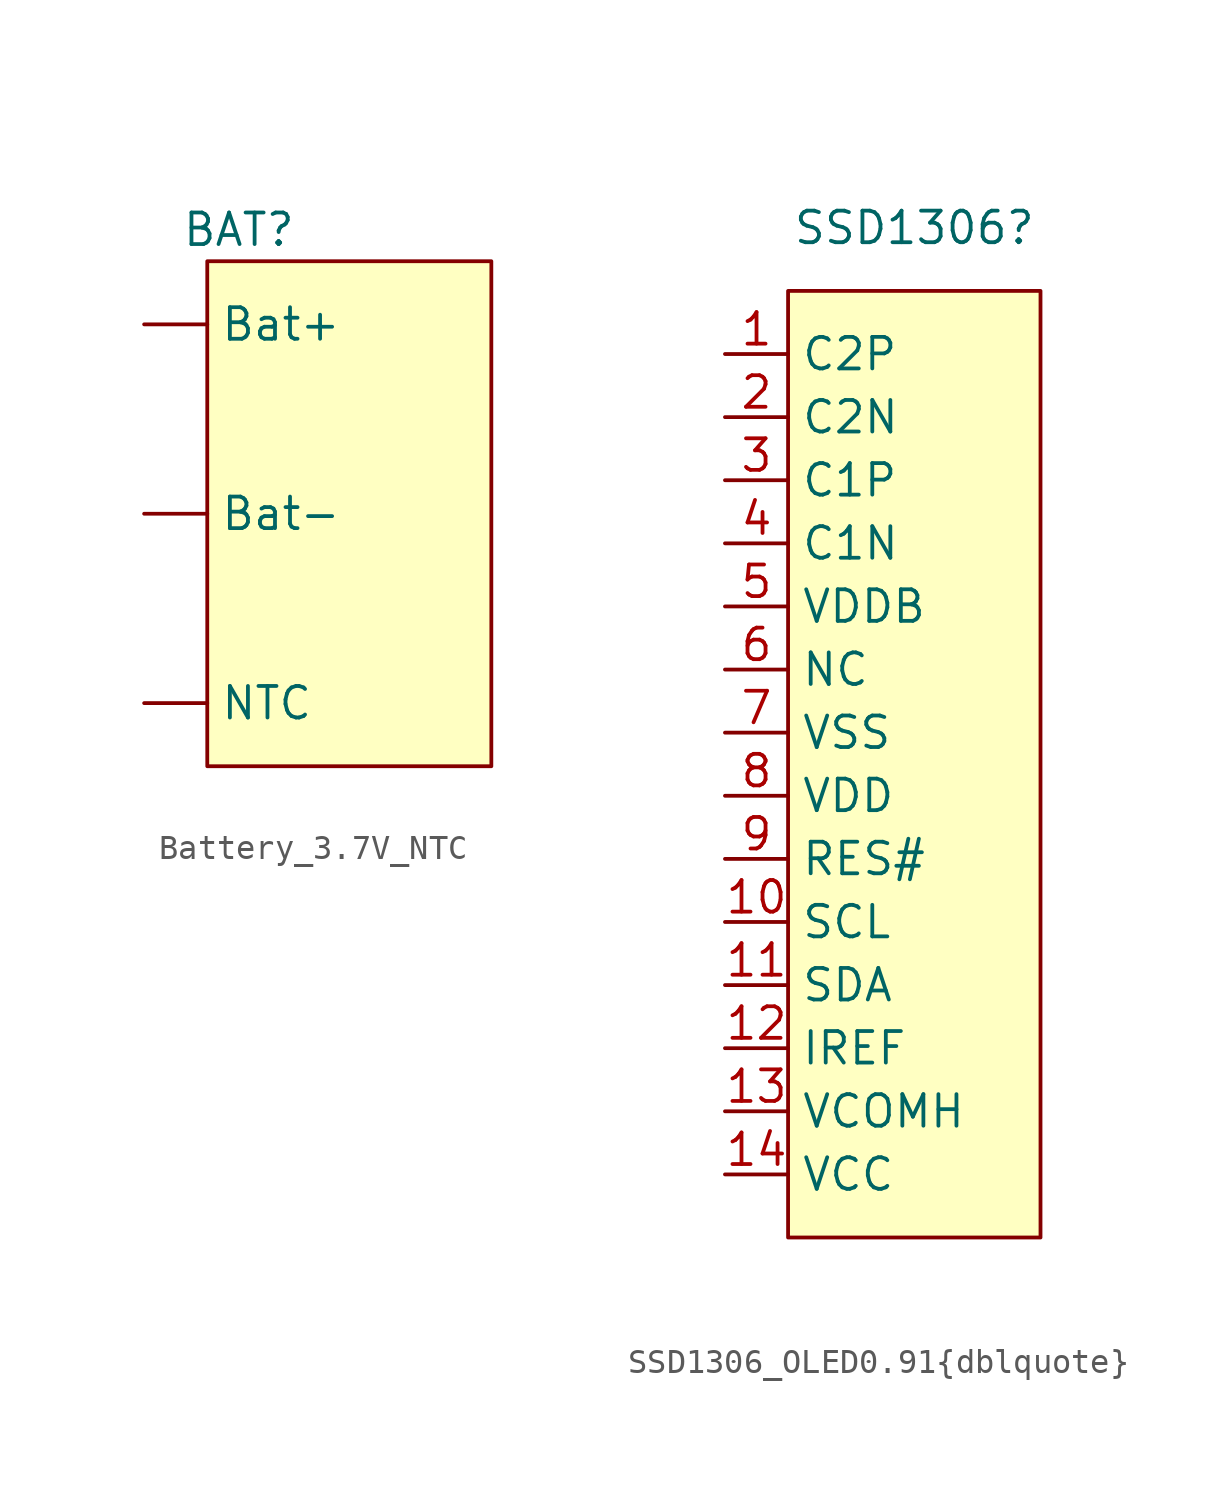
<source format=kicad_sym>
(kicad_symbol_lib
  (version 20241209)
  (generator "kicad_symbol_editor")
  (generator_version "9.0")
  (symbol "Battery_3.7V_NTC"
    (property "Reference" "BAT"
      (at 0 -2.54 0)
      (effects (font (size 1.27 1.27))))
    (property "Value" ""
      (at 0 0 0)
      (effects (font (size 1.27 1.27))))
    (symbol "Battery_3.7V_NTC_1_1"
      (rectangle (start -1.27 -3.81) (end 10.16 -24.13) (stroke (width 0) (type solid)) (fill (type background)))
      (pin power_in line (at -3.81 -6.35 0) (length 2.54) (name "Bat+" (effects (font (size 1.27 1.27)))) (number "" (effects (font (size 1.27 1.27)))))
      (pin power_in line (at -3.81 -13.97 0) (length 2.54) (name "Bat-" (effects (font (size 1.27 1.27)))) (number "" (effects (font (size 1.27 1.27)))))
      (pin input line (at -3.81 -21.59 0) (length 2.54) (name "NTC" (effects (font (size 1.27 1.27)))) (number "" (effects (font (size 1.27 1.27)))))))
  (symbol "SSD1306_OLED0.91{dblquote}"
    (property "Reference" "SSD1306"
      (at 0 0 0)
      (effects (font (size 1.27 1.27))))
    (property "Value" ""
      (at 0 0 0)
      (effects (font (size 1.27 1.27))))
    (symbol "SSD1306_OLED0.91{dblquote}_1_1"
      (rectangle (start -5.08 -2.54) (end 5.08 -40.64) (stroke (width 0) (type solid)) (fill (type background)))
      (pin input line (at -7.62 -5.08 0) (length 2.54) (name "C2P" (effects (font (size 1.27 1.27)))) (number "1" (effects (font (size 1.27 1.27)))))
      (pin input line (at -7.62 -7.62 0) (length 2.54) (name "C2N" (effects (font (size 1.27 1.27)))) (number "2" (effects (font (size 1.27 1.27)))))
      (pin input line (at -7.62 -10.16 0) (length 2.54) (name "C1P" (effects (font (size 1.27 1.27)))) (number "3" (effects (font (size 1.27 1.27)))))
      (pin input line (at -7.62 -12.7 0) (length 2.54) (name "C1N" (effects (font (size 1.27 1.27)))) (number "4" (effects (font (size 1.27 1.27)))))
      (pin power_in line (at -7.62 -15.24 0) (length 2.54) (name "VDDB" (effects (font (size 1.27 1.27)))) (number "5" (effects (font (size 1.27 1.27)))))
      (pin input line (at -7.62 -17.78 0) (length 2.54) (name "NC" (effects (font (size 1.27 1.27)))) (number "6" (effects (font (size 1.27 1.27)))))
      (pin power_in line (at -7.62 -20.32 0) (length 2.54) (name "VSS" (effects (font (size 1.27 1.27)))) (number "7" (effects (font (size 1.27 1.27)))))
      (pin power_in line (at -7.62 -22.86 0) (length 2.54) (name "VDD" (effects (font (size 1.27 1.27)))) (number "8" (effects (font (size 1.27 1.27)))))
      (pin input line (at -7.62 -25.4 0) (length 2.54) (name "RES#" (effects (font (size 1.27 1.27)))) (number "9" (effects (font (size 1.27 1.27)))))
      (pin input line (at -7.62 -27.94 0) (length 2.54) (name "SCL" (effects (font (size 1.27 1.27)))) (number "10" (effects (font (size 1.27 1.27)))))
      (pin bidirectional line (at -7.62 -30.48 0) (length 2.54) (name "SDA" (effects (font (size 1.27 1.27)))) (number "11" (effects (font (size 1.27 1.27)))))
      (pin input line (at -7.62 -33.02 0) (length 2.54) (name "IREF" (effects (font (size 1.27 1.27)))) (number "12" (effects (font (size 1.27 1.27)))))
      (pin input line (at -7.62 -35.56 0) (length 2.54) (name "VCOMH" (effects (font (size 1.27 1.27)))) (number "13" (effects (font (size 1.27 1.27)))))
      (pin power_in line (at -7.62 -38.1 0) (length 2.54) (name "VCC" (effects (font (size 1.27 1.27)))) (number "14" (effects (font (size 1.27 1.27))))))))
</source>
